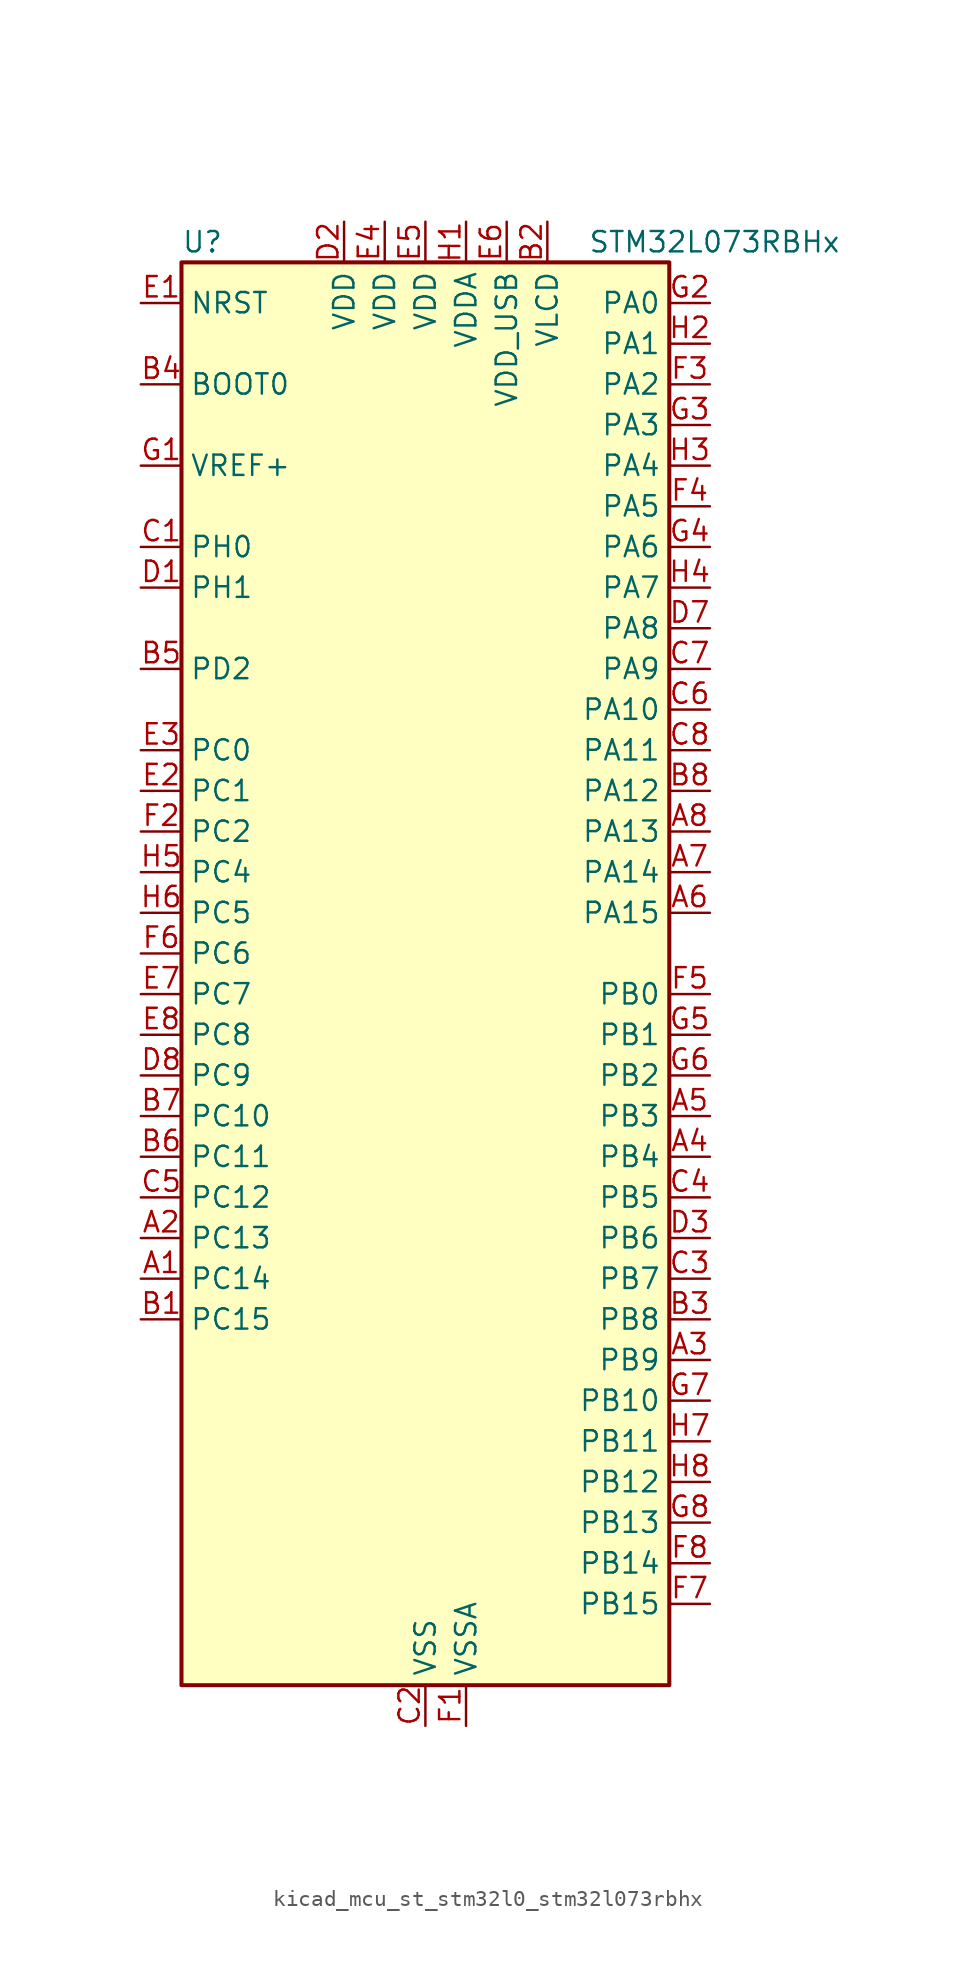
<source format=kicad_sym>
(kicad_symbol_lib
  (version 20220914)
  (generator kicad_symbol_editor)
  (symbol "kicad_mcu_st_stm32l0_stm32l073rbhx"
    (property "Reference" "U"
      (at -15.24 46.99 0)
      (effects (font (size 1.27 1.27)) (justify left)))
    (property "Value" "STM32L073RBHx"
      (at 10.16 46.99 0)
      (effects (font (size 1.27 1.27)) (justify left)))
    (property "ki_locked" ""
      (at 0 0 0)
      (effects (font (size 1.27 1.27))))
    (symbol "kicad_mcu_st_stm32l0_stm32l073rbhx_0_1"
      (rectangle (start -15.24 -43.18) (end 15.24 45.72) (stroke (width 0.254) (type default)) (fill (type background))))
    (symbol "kicad_mcu_st_stm32l0_stm32l073rbhx_1_1"
      (pin bidirectional line (at -17.78 -17.78 0) (length 2.54) (name "PC14" (effects (font (size 1.27 1.27)))) (number "A1" (effects (font (size 1.27 1.27)))) (alternate "RCC_OSC32_IN" bidirectional line))
      (pin bidirectional line (at -17.78 -15.24 0) (length 2.54) (name "PC13" (effects (font (size 1.27 1.27)))) (number "A2" (effects (font (size 1.27 1.27)))) (alternate "RTC_OUT_ALARM" bidirectional line) (alternate "RTC_OUT_CALIB" bidirectional line) (alternate "RTC_TAMP1" bidirectional line) (alternate "RTC_TS" bidirectional line) (alternate "SYS_WKUP2" bidirectional line))
      (pin bidirectional line (at 17.78 -22.86 180) (length 2.54) (name "PB9" (effects (font (size 1.27 1.27)))) (number "A3" (effects (font (size 1.27 1.27)))) (alternate "DAC_EXTI9" bidirectional line) (alternate "I2C1_SDA" bidirectional line) (alternate "I2S2_WS" bidirectional line) (alternate "LCD_COM3" bidirectional line) (alternate "SPI2_NSS" bidirectional line))
      (pin bidirectional line (at 17.78 -10.16 180) (length 2.54) (name "PB4" (effects (font (size 1.27 1.27)))) (number "A4" (effects (font (size 1.27 1.27)))) (alternate "COMP2_INP" bidirectional line) (alternate "I2C3_SDA" bidirectional line) (alternate "LCD_SEG8" bidirectional line) (alternate "SPI1_MISO" bidirectional line) (alternate "TIM22_CH1" bidirectional line) (alternate "TIM3_CH1" bidirectional line) (alternate "TSC_G5_IO2" bidirectional line) (alternate "USART1_CTS" bidirectional line) (alternate "USART5_RX" bidirectional line))
      (pin bidirectional line (at 17.78 -7.62 180) (length 2.54) (name "PB3" (effects (font (size 1.27 1.27)))) (number "A5" (effects (font (size 1.27 1.27)))) (alternate "COMP2_INM" bidirectional line) (alternate "LCD_SEG7" bidirectional line) (alternate "SPI1_SCK" bidirectional line) (alternate "TIM2_CH2" bidirectional line) (alternate "TSC_G5_IO1" bidirectional line) (alternate "USART1_DE" bidirectional line) (alternate "USART1_RTS" bidirectional line) (alternate "USART5_TX" bidirectional line))
      (pin bidirectional line (at 17.78 5.08 180) (length 2.54) (name "PA15" (effects (font (size 1.27 1.27)))) (number "A6" (effects (font (size 1.27 1.27)))) (alternate "LCD_SEG17" bidirectional line) (alternate "SPI1_NSS" bidirectional line) (alternate "TIM2_CH1" bidirectional line) (alternate "TIM2_ETR" bidirectional line) (alternate "USART2_RX" bidirectional line) (alternate "USART4_DE" bidirectional line) (alternate "USART4_RTS" bidirectional line))
      (pin bidirectional line (at 17.78 7.62 180) (length 2.54) (name "PA14" (effects (font (size 1.27 1.27)))) (number "A7" (effects (font (size 1.27 1.27)))) (alternate "LPUART1_TX" bidirectional line) (alternate "SYS_SWCLK" bidirectional line) (alternate "USART2_TX" bidirectional line))
      (pin bidirectional line (at 17.78 10.16 180) (length 2.54) (name "PA13" (effects (font (size 1.27 1.27)))) (number "A8" (effects (font (size 1.27 1.27)))) (alternate "LPUART1_RX" bidirectional line) (alternate "SYS_SWDIO" bidirectional line) (alternate "USB_NOE" bidirectional line))
      (pin bidirectional line (at -17.78 -20.32 0) (length 2.54) (name "PC15" (effects (font (size 1.27 1.27)))) (number "B1" (effects (font (size 1.27 1.27)))) (alternate "RCC_OSC32_OUT" bidirectional line))
      (pin power_in line (at 7.62 48.26 270) (length 2.54) (name "VLCD" (effects (font (size 1.27 1.27)))) (number "B2" (effects (font (size 1.27 1.27)))))
      (pin bidirectional line (at 17.78 -20.32 180) (length 2.54) (name "PB8" (effects (font (size 1.27 1.27)))) (number "B3" (effects (font (size 1.27 1.27)))) (alternate "I2C1_SCL" bidirectional line) (alternate "LCD_SEG16" bidirectional line) (alternate "TSC_SYNC" bidirectional line))
      (pin input line (at -17.78 38.1 0) (length 2.54) (name "BOOT0" (effects (font (size 1.27 1.27)))) (number "B4" (effects (font (size 1.27 1.27)))))
      (pin bidirectional line (at -17.78 20.32 0) (length 2.54) (name "PD2" (effects (font (size 1.27 1.27)))) (number "B5" (effects (font (size 1.27 1.27)))) (alternate "LCD_COM7" bidirectional line) (alternate "LCD_SEG31" bidirectional line) (alternate "LPUART1_DE" bidirectional line) (alternate "LPUART1_RTS" bidirectional line) (alternate "TIM3_ETR" bidirectional line) (alternate "USART5_RX" bidirectional line))
      (pin bidirectional line (at -17.78 -10.16 0) (length 2.54) (name "PC11" (effects (font (size 1.27 1.27)))) (number "B6" (effects (font (size 1.27 1.27)))) (alternate "ADC_EXTI11" bidirectional line) (alternate "LCD_COM5" bidirectional line) (alternate "LCD_SEG29" bidirectional line) (alternate "LPUART1_RX" bidirectional line) (alternate "USART4_RX" bidirectional line))
      (pin bidirectional line (at -17.78 -7.62 0) (length 2.54) (name "PC10" (effects (font (size 1.27 1.27)))) (number "B7" (effects (font (size 1.27 1.27)))) (alternate "LCD_COM4" bidirectional line) (alternate "LCD_SEG28" bidirectional line) (alternate "LPUART1_TX" bidirectional line) (alternate "USART4_TX" bidirectional line))
      (pin bidirectional line (at 17.78 12.7 180) (length 2.54) (name "PA12" (effects (font (size 1.27 1.27)))) (number "B8" (effects (font (size 1.27 1.27)))) (alternate "COMP2_OUT" bidirectional line) (alternate "SPI1_MOSI" bidirectional line) (alternate "TSC_G4_IO4" bidirectional line) (alternate "USART1_DE" bidirectional line) (alternate "USART1_RTS" bidirectional line) (alternate "USB_DP" bidirectional line))
      (pin bidirectional line (at -17.78 27.94 0) (length 2.54) (name "PH0" (effects (font (size 1.27 1.27)))) (number "C1" (effects (font (size 1.27 1.27)))) (alternate "CRS_SYNC" bidirectional line) (alternate "RCC_OSC_IN" bidirectional line))
      (pin power_in line (at 0 -45.72 90) (length 2.54) (name "VSS" (effects (font (size 1.27 1.27)))) (number "C2" (effects (font (size 1.27 1.27)))))
      (pin bidirectional line (at 17.78 -17.78 180) (length 2.54) (name "PB7" (effects (font (size 1.27 1.27)))) (number "C3" (effects (font (size 1.27 1.27)))) (alternate "COMP2_INP" bidirectional line) (alternate "I2C1_SDA" bidirectional line) (alternate "LPTIM1_IN2" bidirectional line) (alternate "SYS_PVD_IN" bidirectional line) (alternate "TSC_G5_IO4" bidirectional line) (alternate "USART1_RX" bidirectional line) (alternate "USART4_CTS" bidirectional line))
      (pin bidirectional line (at 17.78 -12.7 180) (length 2.54) (name "PB5" (effects (font (size 1.27 1.27)))) (number "C4" (effects (font (size 1.27 1.27)))) (alternate "COMP2_INP" bidirectional line) (alternate "I2C1_SMBA" bidirectional line) (alternate "LCD_SEG9" bidirectional line) (alternate "LPTIM1_IN1" bidirectional line) (alternate "SPI1_MOSI" bidirectional line) (alternate "TIM22_CH2" bidirectional line) (alternate "TIM3_CH2" bidirectional line) (alternate "USART1_CK" bidirectional line) (alternate "USART5_CK" bidirectional line) (alternate "USART5_DE" bidirectional line) (alternate "USART5_RTS" bidirectional line))
      (pin bidirectional line (at -17.78 -12.7 0) (length 2.54) (name "PC12" (effects (font (size 1.27 1.27)))) (number "C5" (effects (font (size 1.27 1.27)))) (alternate "LCD_COM6" bidirectional line) (alternate "LCD_SEG30" bidirectional line) (alternate "USART4_CK" bidirectional line) (alternate "USART5_TX" bidirectional line))
      (pin bidirectional line (at 17.78 17.78 180) (length 2.54) (name "PA10" (effects (font (size 1.27 1.27)))) (number "C6" (effects (font (size 1.27 1.27)))) (alternate "I2C1_SDA" bidirectional line) (alternate "LCD_COM2" bidirectional line) (alternate "TSC_G4_IO2" bidirectional line) (alternate "USART1_RX" bidirectional line))
      (pin bidirectional line (at 17.78 20.32 180) (length 2.54) (name "PA9" (effects (font (size 1.27 1.27)))) (number "C7" (effects (font (size 1.27 1.27)))) (alternate "DAC_EXTI9" bidirectional line) (alternate "I2C1_SCL" bidirectional line) (alternate "I2C3_SMBA" bidirectional line) (alternate "LCD_COM1" bidirectional line) (alternate "RCC_MCO" bidirectional line) (alternate "TSC_G4_IO1" bidirectional line) (alternate "USART1_TX" bidirectional line))
      (pin bidirectional line (at 17.78 15.24 180) (length 2.54) (name "PA11" (effects (font (size 1.27 1.27)))) (number "C8" (effects (font (size 1.27 1.27)))) (alternate "ADC_EXTI11" bidirectional line) (alternate "COMP1_OUT" bidirectional line) (alternate "SPI1_MISO" bidirectional line) (alternate "TSC_G4_IO3" bidirectional line) (alternate "USART1_CTS" bidirectional line) (alternate "USB_DM" bidirectional line))
      (pin bidirectional line (at -17.78 25.4 0) (length 2.54) (name "PH1" (effects (font (size 1.27 1.27)))) (number "D1" (effects (font (size 1.27 1.27)))) (alternate "RCC_OSC_OUT" bidirectional line))
      (pin power_in line (at -5.08 48.26 270) (length 2.54) (name "VDD" (effects (font (size 1.27 1.27)))) (number "D2" (effects (font (size 1.27 1.27)))))
      (pin bidirectional line (at 17.78 -15.24 180) (length 2.54) (name "PB6" (effects (font (size 1.27 1.27)))) (number "D3" (effects (font (size 1.27 1.27)))) (alternate "COMP2_INP" bidirectional line) (alternate "I2C1_SCL" bidirectional line) (alternate "LPTIM1_ETR" bidirectional line) (alternate "TSC_G5_IO3" bidirectional line) (alternate "USART1_TX" bidirectional line))
      (pin passive line (at 0 -45.72 90) (length 2.54) hide (name "VSS" (effects (font (size 1.27 1.27)))) (number "D4" (effects (font (size 1.27 1.27)))))
      (pin passive line (at 0 -45.72 90) (length 2.54) hide (name "VSS" (effects (font (size 1.27 1.27)))) (number "D5" (effects (font (size 1.27 1.27)))))
      (pin passive line (at 0 -45.72 90) (length 2.54) hide (name "VSS" (effects (font (size 1.27 1.27)))) (number "D6" (effects (font (size 1.27 1.27)))))
      (pin bidirectional line (at 17.78 22.86 180) (length 2.54) (name "PA8" (effects (font (size 1.27 1.27)))) (number "D7" (effects (font (size 1.27 1.27)))) (alternate "CRS_SYNC" bidirectional line) (alternate "I2C3_SCL" bidirectional line) (alternate "LCD_COM0" bidirectional line) (alternate "RCC_MCO" bidirectional line) (alternate "USART1_CK" bidirectional line))
      (pin bidirectional line (at -17.78 -5.08 0) (length 2.54) (name "PC9" (effects (font (size 1.27 1.27)))) (number "D8" (effects (font (size 1.27 1.27)))) (alternate "DAC_EXTI9" bidirectional line) (alternate "I2C3_SDA" bidirectional line) (alternate "LCD_SEG27" bidirectional line) (alternate "TIM21_ETR" bidirectional line) (alternate "TIM3_CH4" bidirectional line) (alternate "TSC_G8_IO4" bidirectional line) (alternate "USB_NOE" bidirectional line))
      (pin input line (at -17.78 43.18 0) (length 2.54) (name "NRST" (effects (font (size 1.27 1.27)))) (number "E1" (effects (font (size 1.27 1.27)))))
      (pin bidirectional line (at -17.78 12.7 0) (length 2.54) (name "PC1" (effects (font (size 1.27 1.27)))) (number "E2" (effects (font (size 1.27 1.27)))) (alternate "ADC_IN11" bidirectional line) (alternate "I2C3_SDA" bidirectional line) (alternate "LCD_SEG19" bidirectional line) (alternate "LPTIM1_OUT" bidirectional line) (alternate "LPUART1_TX" bidirectional line) (alternate "TSC_G7_IO2" bidirectional line))
      (pin bidirectional line (at -17.78 15.24 0) (length 2.54) (name "PC0" (effects (font (size 1.27 1.27)))) (number "E3" (effects (font (size 1.27 1.27)))) (alternate "ADC_IN10" bidirectional line) (alternate "I2C3_SCL" bidirectional line) (alternate "LCD_SEG18" bidirectional line) (alternate "LPTIM1_IN1" bidirectional line) (alternate "LPUART1_RX" bidirectional line) (alternate "TSC_G7_IO1" bidirectional line))
      (pin power_in line (at -2.54 48.26 270) (length 2.54) (name "VDD" (effects (font (size 1.27 1.27)))) (number "E4" (effects (font (size 1.27 1.27)))))
      (pin power_in line (at 0 48.26 270) (length 2.54) (name "VDD" (effects (font (size 1.27 1.27)))) (number "E5" (effects (font (size 1.27 1.27)))))
      (pin power_in line (at 5.08 48.26 270) (length 2.54) (name "VDD_USB" (effects (font (size 1.27 1.27)))) (number "E6" (effects (font (size 1.27 1.27)))))
      (pin bidirectional line (at -17.78 0 0) (length 2.54) (name "PC7" (effects (font (size 1.27 1.27)))) (number "E7" (effects (font (size 1.27 1.27)))) (alternate "LCD_SEG25" bidirectional line) (alternate "TIM22_CH2" bidirectional line) (alternate "TIM3_CH2" bidirectional line) (alternate "TSC_G8_IO2" bidirectional line))
      (pin bidirectional line (at -17.78 -2.54 0) (length 2.54) (name "PC8" (effects (font (size 1.27 1.27)))) (number "E8" (effects (font (size 1.27 1.27)))) (alternate "LCD_SEG26" bidirectional line) (alternate "TIM22_ETR" bidirectional line) (alternate "TIM3_CH3" bidirectional line) (alternate "TSC_G8_IO3" bidirectional line))
      (pin power_in line (at 2.54 -45.72 90) (length 2.54) (name "VSSA" (effects (font (size 1.27 1.27)))) (number "F1" (effects (font (size 1.27 1.27)))))
      (pin bidirectional line (at -17.78 10.16 0) (length 2.54) (name "PC2" (effects (font (size 1.27 1.27)))) (number "F2" (effects (font (size 1.27 1.27)))) (alternate "ADC_IN12" bidirectional line) (alternate "I2S2_MCK" bidirectional line) (alternate "LCD_SEG20" bidirectional line) (alternate "LPTIM1_IN2" bidirectional line) (alternate "SPI2_MISO" bidirectional line) (alternate "TSC_G7_IO3" bidirectional line))
      (pin bidirectional line (at 17.78 38.1 180) (length 2.54) (name "PA2" (effects (font (size 1.27 1.27)))) (number "F3" (effects (font (size 1.27 1.27)))) (alternate "ADC_IN2" bidirectional line) (alternate "COMP2_INM" bidirectional line) (alternate "COMP2_OUT" bidirectional line) (alternate "LCD_SEG1" bidirectional line) (alternate "LPUART1_TX" bidirectional line) (alternate "TIM21_CH1" bidirectional line) (alternate "TIM2_CH3" bidirectional line) (alternate "TSC_G1_IO3" bidirectional line) (alternate "USART2_TX" bidirectional line))
      (pin bidirectional line (at 17.78 30.48 180) (length 2.54) (name "PA5" (effects (font (size 1.27 1.27)))) (number "F4" (effects (font (size 1.27 1.27)))) (alternate "ADC_IN5" bidirectional line) (alternate "COMP1_INM" bidirectional line) (alternate "COMP2_INM" bidirectional line) (alternate "DAC_OUT2" bidirectional line) (alternate "SPI1_SCK" bidirectional line) (alternate "TIM2_CH1" bidirectional line) (alternate "TIM2_ETR" bidirectional line) (alternate "TSC_G2_IO2" bidirectional line))
      (pin bidirectional line (at 17.78 0 180) (length 2.54) (name "PB0" (effects (font (size 1.27 1.27)))) (number "F5" (effects (font (size 1.27 1.27)))) (alternate "ADC_IN8" bidirectional line) (alternate "LCD_SEG5" bidirectional line) (alternate "LCD_VLCD3" bidirectional line) (alternate "SYS_VREF_OUT_PB0" bidirectional line) (alternate "TIM3_CH3" bidirectional line) (alternate "TSC_G3_IO2" bidirectional line))
      (pin bidirectional line (at -17.78 2.54 0) (length 2.54) (name "PC6" (effects (font (size 1.27 1.27)))) (number "F6" (effects (font (size 1.27 1.27)))) (alternate "LCD_SEG24" bidirectional line) (alternate "TIM22_CH1" bidirectional line) (alternate "TIM3_CH1" bidirectional line) (alternate "TSC_G8_IO1" bidirectional line))
      (pin bidirectional line (at 17.78 -38.1 180) (length 2.54) (name "PB15" (effects (font (size 1.27 1.27)))) (number "F7" (effects (font (size 1.27 1.27)))) (alternate "I2S2_SD" bidirectional line) (alternate "LCD_SEG15" bidirectional line) (alternate "RTC_REFIN" bidirectional line) (alternate "SPI2_MOSI" bidirectional line))
      (pin bidirectional line (at 17.78 -35.56 180) (length 2.54) (name "PB14" (effects (font (size 1.27 1.27)))) (number "F8" (effects (font (size 1.27 1.27)))) (alternate "I2C2_SDA" bidirectional line) (alternate "I2S2_MCK" bidirectional line) (alternate "LCD_SEG14" bidirectional line) (alternate "LPUART1_DE" bidirectional line) (alternate "LPUART1_RTS" bidirectional line) (alternate "RTC_OUT_ALARM" bidirectional line) (alternate "RTC_OUT_CALIB" bidirectional line) (alternate "SPI2_MISO" bidirectional line) (alternate "TIM21_CH2" bidirectional line) (alternate "TSC_G6_IO4" bidirectional line))
      (pin input line (at -17.78 33.02 0) (length 2.54) (name "VREF+" (effects (font (size 1.27 1.27)))) (number "G1" (effects (font (size 1.27 1.27)))))
      (pin bidirectional line (at 17.78 43.18 180) (length 2.54) (name "PA0" (effects (font (size 1.27 1.27)))) (number "G2" (effects (font (size 1.27 1.27)))) (alternate "ADC_IN0" bidirectional line) (alternate "COMP1_INM" bidirectional line) (alternate "COMP1_OUT" bidirectional line) (alternate "RTC_TAMP2" bidirectional line) (alternate "SYS_WKUP1" bidirectional line) (alternate "TIM2_CH1" bidirectional line) (alternate "TIM2_ETR" bidirectional line) (alternate "TSC_G1_IO1" bidirectional line) (alternate "USART2_CTS" bidirectional line) (alternate "USART4_TX" bidirectional line))
      (pin bidirectional line (at 17.78 35.56 180) (length 2.54) (name "PA3" (effects (font (size 1.27 1.27)))) (number "G3" (effects (font (size 1.27 1.27)))) (alternate "ADC_IN3" bidirectional line) (alternate "COMP2_INP" bidirectional line) (alternate "LCD_SEG2" bidirectional line) (alternate "LPUART1_RX" bidirectional line) (alternate "TIM21_CH2" bidirectional line) (alternate "TIM2_CH4" bidirectional line) (alternate "TSC_G1_IO4" bidirectional line) (alternate "USART2_RX" bidirectional line))
      (pin bidirectional line (at 17.78 27.94 180) (length 2.54) (name "PA6" (effects (font (size 1.27 1.27)))) (number "G4" (effects (font (size 1.27 1.27)))) (alternate "ADC_IN6" bidirectional line) (alternate "COMP1_OUT" bidirectional line) (alternate "LCD_SEG3" bidirectional line) (alternate "LPUART1_CTS" bidirectional line) (alternate "SPI1_MISO" bidirectional line) (alternate "TIM22_CH1" bidirectional line) (alternate "TIM3_CH1" bidirectional line) (alternate "TSC_G2_IO3" bidirectional line))
      (pin bidirectional line (at 17.78 -2.54 180) (length 2.54) (name "PB1" (effects (font (size 1.27 1.27)))) (number "G5" (effects (font (size 1.27 1.27)))) (alternate "ADC_IN9" bidirectional line) (alternate "LCD_SEG6" bidirectional line) (alternate "LPUART1_DE" bidirectional line) (alternate "LPUART1_RTS" bidirectional line) (alternate "SYS_VREF_OUT_PB1" bidirectional line) (alternate "TIM3_CH4" bidirectional line) (alternate "TSC_G3_IO3" bidirectional line))
      (pin bidirectional line (at 17.78 -5.08 180) (length 2.54) (name "PB2" (effects (font (size 1.27 1.27)))) (number "G6" (effects (font (size 1.27 1.27)))) (alternate "I2C3_SMBA" bidirectional line) (alternate "LCD_VLCD2" bidirectional line) (alternate "LPTIM1_OUT" bidirectional line) (alternate "TSC_G3_IO4" bidirectional line))
      (pin bidirectional line (at 17.78 -25.4 180) (length 2.54) (name "PB10" (effects (font (size 1.27 1.27)))) (number "G7" (effects (font (size 1.27 1.27)))) (alternate "I2C2_SCL" bidirectional line) (alternate "LCD_SEG10" bidirectional line) (alternate "LPUART1_RX" bidirectional line) (alternate "LPUART1_TX" bidirectional line) (alternate "SPI2_SCK" bidirectional line) (alternate "TIM2_CH3" bidirectional line) (alternate "TSC_SYNC" bidirectional line))
      (pin bidirectional line (at 17.78 -33.02 180) (length 2.54) (name "PB13" (effects (font (size 1.27 1.27)))) (number "G8" (effects (font (size 1.27 1.27)))) (alternate "I2C2_SCL" bidirectional line) (alternate "I2S2_CK" bidirectional line) (alternate "LCD_SEG13" bidirectional line) (alternate "LPUART1_CTS" bidirectional line) (alternate "RCC_MCO" bidirectional line) (alternate "SPI2_SCK" bidirectional line) (alternate "TIM21_CH1" bidirectional line) (alternate "TSC_G6_IO3" bidirectional line))
      (pin power_in line (at 2.54 48.26 270) (length 2.54) (name "VDDA" (effects (font (size 1.27 1.27)))) (number "H1" (effects (font (size 1.27 1.27)))))
      (pin bidirectional line (at 17.78 40.64 180) (length 2.54) (name "PA1" (effects (font (size 1.27 1.27)))) (number "H2" (effects (font (size 1.27 1.27)))) (alternate "ADC_IN1" bidirectional line) (alternate "COMP1_INP" bidirectional line) (alternate "LCD_SEG0" bidirectional line) (alternate "TIM21_ETR" bidirectional line) (alternate "TIM2_CH2" bidirectional line) (alternate "TSC_G1_IO2" bidirectional line) (alternate "USART2_DE" bidirectional line) (alternate "USART2_RTS" bidirectional line) (alternate "USART4_RX" bidirectional line))
      (pin bidirectional line (at 17.78 33.02 180) (length 2.54) (name "PA4" (effects (font (size 1.27 1.27)))) (number "H3" (effects (font (size 1.27 1.27)))) (alternate "ADC_IN4" bidirectional line) (alternate "COMP1_INM" bidirectional line) (alternate "COMP2_INM" bidirectional line) (alternate "DAC_OUT1" bidirectional line) (alternate "SPI1_NSS" bidirectional line) (alternate "TIM22_ETR" bidirectional line) (alternate "TSC_G2_IO1" bidirectional line) (alternate "USART2_CK" bidirectional line))
      (pin bidirectional line (at 17.78 25.4 180) (length 2.54) (name "PA7" (effects (font (size 1.27 1.27)))) (number "H4" (effects (font (size 1.27 1.27)))) (alternate "ADC_IN7" bidirectional line) (alternate "COMP2_OUT" bidirectional line) (alternate "LCD_SEG4" bidirectional line) (alternate "SPI1_MOSI" bidirectional line) (alternate "TIM22_CH2" bidirectional line) (alternate "TIM3_CH2" bidirectional line) (alternate "TSC_G2_IO4" bidirectional line))
      (pin bidirectional line (at -17.78 7.62 0) (length 2.54) (name "PC4" (effects (font (size 1.27 1.27)))) (number "H5" (effects (font (size 1.27 1.27)))) (alternate "ADC_IN14" bidirectional line) (alternate "LCD_SEG22" bidirectional line) (alternate "LPUART1_TX" bidirectional line))
      (pin bidirectional line (at -17.78 5.08 0) (length 2.54) (name "PC5" (effects (font (size 1.27 1.27)))) (number "H6" (effects (font (size 1.27 1.27)))) (alternate "ADC_IN15" bidirectional line) (alternate "LCD_SEG23" bidirectional line) (alternate "LPUART1_RX" bidirectional line) (alternate "TSC_G3_IO1" bidirectional line))
      (pin bidirectional line (at 17.78 -27.94 180) (length 2.54) (name "PB11" (effects (font (size 1.27 1.27)))) (number "H7" (effects (font (size 1.27 1.27)))) (alternate "ADC_EXTI11" bidirectional line) (alternate "I2C2_SDA" bidirectional line) (alternate "LCD_SEG11" bidirectional line) (alternate "LPUART1_RX" bidirectional line) (alternate "LPUART1_TX" bidirectional line) (alternate "TIM2_CH4" bidirectional line) (alternate "TSC_G6_IO1" bidirectional line))
      (pin bidirectional line (at 17.78 -30.48 180) (length 2.54) (name "PB12" (effects (font (size 1.27 1.27)))) (number "H8" (effects (font (size 1.27 1.27)))) (alternate "I2S2_WS" bidirectional line) (alternate "LCD_SEG12" bidirectional line) (alternate "LCD_VLCD2" bidirectional line) (alternate "LPUART1_DE" bidirectional line) (alternate "LPUART1_RTS" bidirectional line) (alternate "SPI2_NSS" bidirectional line) (alternate "TSC_G6_IO2" bidirectional line)))))
</source>
